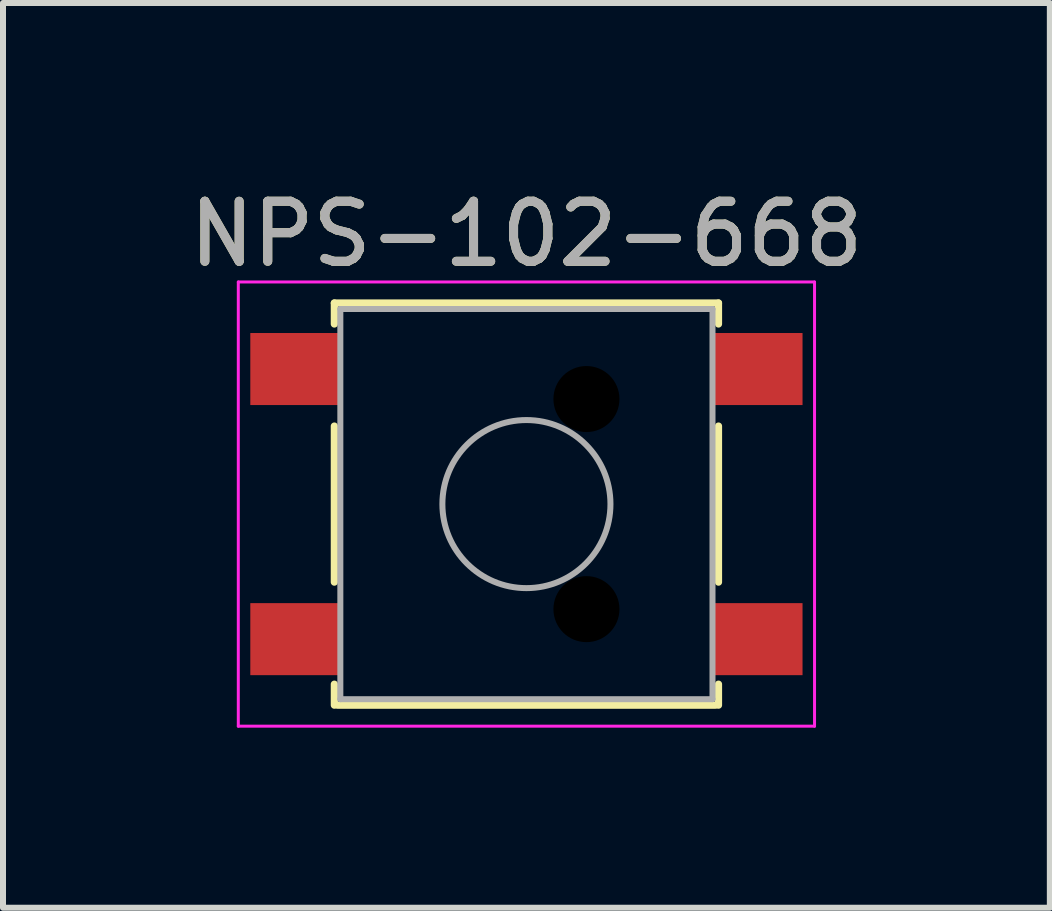
<source format=kicad_pcb>
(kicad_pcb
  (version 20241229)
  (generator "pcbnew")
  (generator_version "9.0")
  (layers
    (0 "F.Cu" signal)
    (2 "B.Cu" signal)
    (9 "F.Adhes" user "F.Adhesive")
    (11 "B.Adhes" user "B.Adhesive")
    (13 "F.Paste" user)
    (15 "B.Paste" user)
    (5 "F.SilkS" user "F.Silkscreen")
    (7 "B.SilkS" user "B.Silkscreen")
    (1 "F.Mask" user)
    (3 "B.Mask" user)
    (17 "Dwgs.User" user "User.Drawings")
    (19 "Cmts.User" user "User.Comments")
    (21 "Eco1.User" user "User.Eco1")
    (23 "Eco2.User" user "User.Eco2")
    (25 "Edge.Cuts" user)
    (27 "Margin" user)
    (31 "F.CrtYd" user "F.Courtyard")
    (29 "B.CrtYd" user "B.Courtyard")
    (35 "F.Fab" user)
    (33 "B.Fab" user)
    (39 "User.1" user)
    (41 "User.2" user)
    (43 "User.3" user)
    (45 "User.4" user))
  (footprint "NPS-102-668"
    (layer "F.Cu")
    (at 5.72 5.348)
    (property "Reference" "NPS-102-668" (at 0 -4.5 0) (layer "F.SilkS") (effects (font (size 1 1) (thickness 0.15))))
    (attr smd)
    (fp_line (start -3.2 -3.35) (end 3.2 -3.35) (stroke (width 0.12) (type solid)) (layer "F.SilkS"))
    (fp_line (start -3.2 -3) (end -3.2 -3.35) (stroke (width 0.12) (type solid)) (layer "F.SilkS"))
    (fp_line (start -3.2 1.3) (end -3.2 -1.3) (stroke (width 0.12) (type solid)) (layer "F.SilkS"))
    (fp_line (start -3.2 3) (end -3.2 3.35) (stroke (width 0.12) (type solid)) (layer "F.SilkS"))
    (fp_line (start 3.15 3.35) (end -3.15 3.35) (stroke (width 0.12) (type solid)) (layer "F.SilkS"))
    (fp_line (start 3.2 -3.35) (end 3.2 -3) (stroke (width 0.12) (type solid)) (layer "F.SilkS"))
    (fp_line (start 3.2 -1.3) (end 3.2 1.3) (stroke (width 0.12) (type solid)) (layer "F.SilkS"))
    (fp_line (start 3.2 3.35) (end 3.2 3) (stroke (width 0.12) (type solid)) (layer "F.SilkS"))
    (fp_line (start -4.8 -3.7) (end -4.8 3.7) (stroke (width 0.05) (type solid)) (layer "F.CrtYd"))
    (fp_line (start -4.8 3.7) (end 4.8 3.7) (stroke (width 0.05) (type solid)) (layer "F.CrtYd"))
    (fp_line (start 4.8 -3.7) (end -4.8 -3.7) (stroke (width 0.05) (type solid)) (layer "F.CrtYd"))
    (fp_line (start 4.8 3.7) (end 4.8 -3.7) (stroke (width 0.05) (type solid)) (layer "F.CrtYd"))
    (fp_line (start -3.1 -3.25) (end 3.1 -3.25) (stroke (width 0.1) (type solid)) (layer "F.Fab"))
    (fp_line (start -3.1 3.25) (end -3.1 -3.25) (stroke (width 0.1) (type solid)) (layer "F.Fab"))
    (fp_line (start 3.1 -3.25) (end 3.1 3.25) (stroke (width 0.1) (type solid)) (layer "F.Fab"))
    (fp_line (start 3.1 3.25) (end -3.1 3.25) (stroke (width 0.1) (type solid)) (layer "F.Fab"))
    (fp_circle (center 0 0) (end 1.4 0) (stroke (width 0.1) (type solid)) (fill no) (layer "F.Fab"))
    (fp_text user "${REFERENCE}" (at 0 -4.5 0) (layer "F.Fab") (effects (font (size 1 1) (thickness 0.15))))
    (pad "" np_thru_hole circle (at 1 -1.75) (size 1.1 1.1) (drill 1.1) (layers "*.Mask"))
    (pad "" np_thru_hole circle (at 1 1.75) (size 1.1 1.1) (drill 1.1) (layers "*.Mask"))
    (pad "1" smd rect (at 3.85 -2.25) (size 1.5 1.2) (layers "F.Cu" "F.Mask" "F.Paste"))
    (pad "2" smd rect (at -3.85 -2.25) (size 1.5 1.2) (layers "F.Cu" "F.Mask" "F.Paste"))
    (pad "3" smd rect (at -3.85 2.25) (size 1.5 1.2) (layers "F.Cu" "F.Mask" "F.Paste"))
    (pad "4" smd rect (at 3.85 2.25) (size 1.5 1.2) (layers "F.Cu" "F.Mask" "F.Paste")))
  (gr_rect
    (start -3 -3)
    (end 14.44 12.073)
    (stroke (width 0.1) (type default))
    (fill no)
    (layer "Edge.Cuts")))
</source>
